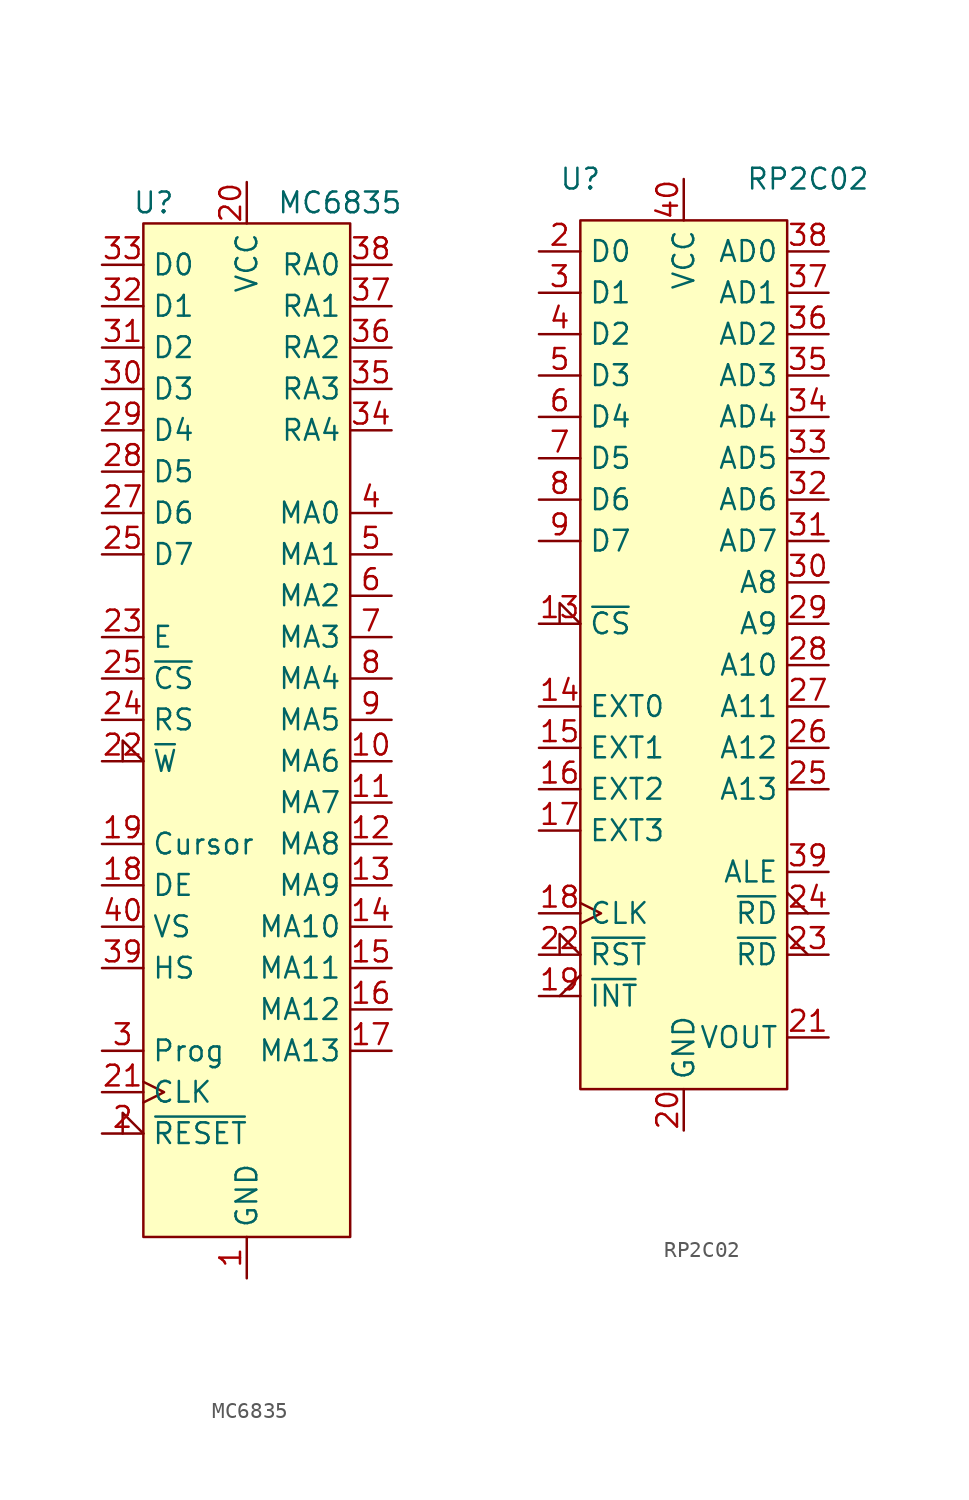
<source format=kicad_sym>
(kicad_symbol_lib
  (version 20211014)
  (generator kicad_symbol_editor)
  (symbol "MC6835"
    (property "Reference" "U"
      (at -5.715 31.75 0)
      (effects (font (size 1.27 1.27))))
    (property "Value" "MC6835"
      (at 5.715 31.75 0)
      (effects (font (size 1.27 1.27))))
    (symbol "MC6835_0_1"
      (rectangle (start -6.35 30.48) (end 6.35 -31.75) (stroke (width 0) (type default) (color 0 0 0 0)) (fill (type background))))
    (symbol "MC6835_1_1"
      (pin power_in line (at 0 -34.29 90) (length 2.54) (name "GND" (effects (font (size 1.27 1.27)))) (number "1" (effects (font (size 1.27 1.27)))))
      (pin output line (at 8.89 -2.54 180) (length 2.54) (name "MA6" (effects (font (size 1.27 1.27)))) (number "10" (effects (font (size 1.27 1.27)))))
      (pin output line (at 8.89 -5.08 180) (length 2.54) (name "MA7" (effects (font (size 1.27 1.27)))) (number "11" (effects (font (size 1.27 1.27)))))
      (pin output line (at 8.89 -7.62 180) (length 2.54) (name "MA8" (effects (font (size 1.27 1.27)))) (number "12" (effects (font (size 1.27 1.27)))))
      (pin output line (at 8.89 -10.16 180) (length 2.54) (name "MA9" (effects (font (size 1.27 1.27)))) (number "13" (effects (font (size 1.27 1.27)))))
      (pin output line (at 8.89 -12.7 180) (length 2.54) (name "MA10" (effects (font (size 1.27 1.27)))) (number "14" (effects (font (size 1.27 1.27)))))
      (pin output line (at 8.89 -15.24 180) (length 2.54) (name "MA11" (effects (font (size 1.27 1.27)))) (number "15" (effects (font (size 1.27 1.27)))))
      (pin output line (at 8.89 -17.78 180) (length 2.54) (name "MA12" (effects (font (size 1.27 1.27)))) (number "16" (effects (font (size 1.27 1.27)))))
      (pin output line (at 8.89 -20.32 180) (length 2.54) (name "MA13" (effects (font (size 1.27 1.27)))) (number "17" (effects (font (size 1.27 1.27)))))
      (pin output line (at -8.89 -10.16 0) (length 2.54) (name "DE" (effects (font (size 1.27 1.27)))) (number "18" (effects (font (size 1.27 1.27)))))
      (pin output line (at -8.89 -7.62 0) (length 2.54) (name "Cursor" (effects (font (size 1.27 1.27)))) (number "19" (effects (font (size 1.27 1.27)))))
      (pin input input_low (at -8.89 -25.4 0) (length 2.54) (name "~{RESET}" (effects (font (size 1.27 1.27)))) (number "2" (effects (font (size 1.27 1.27)))))
      (pin power_in line (at 0 33.02 270) (length 2.54) (name "VCC" (effects (font (size 1.27 1.27)))) (number "20" (effects (font (size 1.27 1.27)))))
      (pin input clock (at -8.89 -22.86 0) (length 2.54) (name "CLK" (effects (font (size 1.27 1.27)))) (number "21" (effects (font (size 1.27 1.27)))))
      (pin input input_low (at -8.89 -2.54 0) (length 2.54) (name "~{W}" (effects (font (size 1.27 1.27)))) (number "22" (effects (font (size 1.27 1.27)))))
      (pin input line (at -8.89 5.08 0) (length 2.54) (name "E" (effects (font (size 1.27 1.27)))) (number "23" (effects (font (size 1.27 1.27)))))
      (pin input line (at -8.89 0 0) (length 2.54) (name "RS" (effects (font (size 1.27 1.27)))) (number "24" (effects (font (size 1.27 1.27)))))
      (pin bidirectional line (at -8.89 10.16 0) (length 2.54) (name "D7" (effects (font (size 1.27 1.27)))) (number "25" (effects (font (size 1.27 1.27)))))
      (pin input line (at -8.89 2.54 0) (length 2.54) (name "~{CS}" (effects (font (size 1.27 1.27)))) (number "25" (effects (font (size 1.27 1.27)))))
      (pin bidirectional line (at -8.89 12.7 0) (length 2.54) (name "D6" (effects (font (size 1.27 1.27)))) (number "27" (effects (font (size 1.27 1.27)))))
      (pin bidirectional line (at -8.89 15.24 0) (length 2.54) (name "D5" (effects (font (size 1.27 1.27)))) (number "28" (effects (font (size 1.27 1.27)))))
      (pin bidirectional line (at -8.89 17.78 0) (length 2.54) (name "D4" (effects (font (size 1.27 1.27)))) (number "29" (effects (font (size 1.27 1.27)))))
      (pin input line (at -8.89 -20.32 0) (length 2.54) (name "Prog" (effects (font (size 1.27 1.27)))) (number "3" (effects (font (size 1.27 1.27)))))
      (pin bidirectional line (at -8.89 20.32 0) (length 2.54) (name "D3" (effects (font (size 1.27 1.27)))) (number "30" (effects (font (size 1.27 1.27)))))
      (pin bidirectional line (at -8.89 22.86 0) (length 2.54) (name "D2" (effects (font (size 1.27 1.27)))) (number "31" (effects (font (size 1.27 1.27)))))
      (pin bidirectional line (at -8.89 25.4 0) (length 2.54) (name "D1" (effects (font (size 1.27 1.27)))) (number "32" (effects (font (size 1.27 1.27)))))
      (pin bidirectional line (at -8.89 27.94 0) (length 2.54) (name "D0" (effects (font (size 1.27 1.27)))) (number "33" (effects (font (size 1.27 1.27)))))
      (pin output line (at 8.89 17.78 180) (length 2.54) (name "RA4" (effects (font (size 1.27 1.27)))) (number "34" (effects (font (size 1.27 1.27)))))
      (pin output line (at 8.89 20.32 180) (length 2.54) (name "RA3" (effects (font (size 1.27 1.27)))) (number "35" (effects (font (size 1.27 1.27)))))
      (pin output line (at 8.89 22.86 180) (length 2.54) (name "RA2" (effects (font (size 1.27 1.27)))) (number "36" (effects (font (size 1.27 1.27)))))
      (pin output line (at 8.89 25.4 180) (length 2.54) (name "RA1" (effects (font (size 1.27 1.27)))) (number "37" (effects (font (size 1.27 1.27)))))
      (pin output line (at 8.89 27.94 180) (length 2.54) (name "RA0" (effects (font (size 1.27 1.27)))) (number "38" (effects (font (size 1.27 1.27)))))
      (pin output line (at -8.89 -15.24 0) (length 2.54) (name "HS" (effects (font (size 1.27 1.27)))) (number "39" (effects (font (size 1.27 1.27)))))
      (pin output line (at 8.89 12.7 180) (length 2.54) (name "MA0" (effects (font (size 1.27 1.27)))) (number "4" (effects (font (size 1.27 1.27)))))
      (pin output line (at -8.89 -12.7 0) (length 2.54) (name "VS" (effects (font (size 1.27 1.27)))) (number "40" (effects (font (size 1.27 1.27)))))
      (pin output line (at 8.89 10.16 180) (length 2.54) (name "MA1" (effects (font (size 1.27 1.27)))) (number "5" (effects (font (size 1.27 1.27)))))
      (pin output line (at 8.89 7.62 180) (length 2.54) (name "MA2" (effects (font (size 1.27 1.27)))) (number "6" (effects (font (size 1.27 1.27)))))
      (pin output line (at 8.89 5.08 180) (length 2.54) (name "MA3" (effects (font (size 1.27 1.27)))) (number "7" (effects (font (size 1.27 1.27)))))
      (pin output line (at 8.89 2.54 180) (length 2.54) (name "MA4" (effects (font (size 1.27 1.27)))) (number "8" (effects (font (size 1.27 1.27)))))
      (pin output line (at 8.89 0 180) (length 2.54) (name "MA5" (effects (font (size 1.27 1.27)))) (number "9" (effects (font (size 1.27 1.27)))))))
  (symbol "RP2C02"
    (property "Reference" "U"
      (at -6.35 26.67 0)
      (effects (font (size 1.27 1.27))))
    (property "Value" "RP2C02"
      (at 7.62 26.67 0)
      (effects (font (size 1.27 1.27))))
    (symbol "RP2C02_0_1"
      (rectangle (start -6.35 24.13) (end 6.35 -29.21) (stroke (width 0) (type default) (color 0 0 0 0)) (fill (type background))))
    (symbol "RP2C02_1_1"
      (pin input input_low (at -8.89 -0.635 0) (length 2.54) (name "~{CS}" (effects (font (size 1.27 1.27)))) (number "13" (effects (font (size 1.27 1.27)))))
      (pin bidirectional line (at -8.89 -5.715 0) (length 2.54) (name "EXT0" (effects (font (size 1.27 1.27)))) (number "14" (effects (font (size 1.27 1.27)))))
      (pin bidirectional line (at -8.89 -8.255 0) (length 2.54) (name "EXT1" (effects (font (size 1.27 1.27)))) (number "15" (effects (font (size 1.27 1.27)))))
      (pin bidirectional line (at -8.89 -10.795 0) (length 2.54) (name "EXT2" (effects (font (size 1.27 1.27)))) (number "16" (effects (font (size 1.27 1.27)))))
      (pin bidirectional line (at -8.89 -13.335 0) (length 2.54) (name "EXT3" (effects (font (size 1.27 1.27)))) (number "17" (effects (font (size 1.27 1.27)))))
      (pin input clock (at -8.89 -18.415 0) (length 2.54) (name "CLK" (effects (font (size 1.27 1.27)))) (number "18" (effects (font (size 1.27 1.27)))))
      (pin open_collector output_low (at -8.89 -23.495 0) (length 2.54) (name "~{INT}" (effects (font (size 1.27 1.27)))) (number "19" (effects (font (size 1.27 1.27)))))
      (pin bidirectional line (at -8.89 22.225 0) (length 2.54) (name "D0" (effects (font (size 1.27 1.27)))) (number "2" (effects (font (size 1.27 1.27)))))
      (pin power_in line (at 0 -31.75 90) (length 2.54) (name "GND" (effects (font (size 1.27 1.27)))) (number "20" (effects (font (size 1.27 1.27)))))
      (pin output line (at 8.89 -26.035 180) (length 2.54) (name "VOUT" (effects (font (size 1.27 1.27)))) (number "21" (effects (font (size 1.27 1.27)))))
      (pin input input_low (at -8.89 -20.955 0) (length 2.54) (name "~{RST}" (effects (font (size 1.27 1.27)))) (number "22" (effects (font (size 1.27 1.27)))))
      (pin output output_low (at 8.89 -20.955 180) (length 2.54) (name "~{RD}" (effects (font (size 1.27 1.27)))) (number "23" (effects (font (size 1.27 1.27)))))
      (pin output output_low (at 8.89 -18.415 180) (length 2.54) (name "~{RD}" (effects (font (size 1.27 1.27)))) (number "24" (effects (font (size 1.27 1.27)))))
      (pin output line (at 8.89 -10.795 180) (length 2.54) (name "A13" (effects (font (size 1.27 1.27)))) (number "25" (effects (font (size 1.27 1.27)))))
      (pin output line (at 8.89 -8.255 180) (length 2.54) (name "A12" (effects (font (size 1.27 1.27)))) (number "26" (effects (font (size 1.27 1.27)))))
      (pin output line (at 8.89 -5.715 180) (length 2.54) (name "A11" (effects (font (size 1.27 1.27)))) (number "27" (effects (font (size 1.27 1.27)))))
      (pin output line (at 8.89 -3.175 180) (length 2.54) (name "A10" (effects (font (size 1.27 1.27)))) (number "28" (effects (font (size 1.27 1.27)))))
      (pin output line (at 8.89 -0.635 180) (length 2.54) (name "A9" (effects (font (size 1.27 1.27)))) (number "29" (effects (font (size 1.27 1.27)))))
      (pin bidirectional line (at -8.89 19.685 0) (length 2.54) (name "D1" (effects (font (size 1.27 1.27)))) (number "3" (effects (font (size 1.27 1.27)))))
      (pin output line (at 8.89 1.905 180) (length 2.54) (name "A8" (effects (font (size 1.27 1.27)))) (number "30" (effects (font (size 1.27 1.27)))))
      (pin bidirectional line (at 8.89 4.445 180) (length 2.54) (name "AD7" (effects (font (size 1.27 1.27)))) (number "31" (effects (font (size 1.27 1.27)))))
      (pin bidirectional line (at 8.89 6.985 180) (length 2.54) (name "AD6" (effects (font (size 1.27 1.27)))) (number "32" (effects (font (size 1.27 1.27)))))
      (pin bidirectional line (at 8.89 9.525 180) (length 2.54) (name "AD5" (effects (font (size 1.27 1.27)))) (number "33" (effects (font (size 1.27 1.27)))))
      (pin bidirectional line (at 8.89 12.065 180) (length 2.54) (name "AD4" (effects (font (size 1.27 1.27)))) (number "34" (effects (font (size 1.27 1.27)))))
      (pin bidirectional line (at 8.89 14.605 180) (length 2.54) (name "AD3" (effects (font (size 1.27 1.27)))) (number "35" (effects (font (size 1.27 1.27)))))
      (pin bidirectional line (at 8.89 17.145 180) (length 2.54) (name "AD2" (effects (font (size 1.27 1.27)))) (number "36" (effects (font (size 1.27 1.27)))))
      (pin bidirectional line (at 8.89 19.685 180) (length 2.54) (name "AD1" (effects (font (size 1.27 1.27)))) (number "37" (effects (font (size 1.27 1.27)))))
      (pin bidirectional line (at 8.89 22.225 180) (length 2.54) (name "AD0" (effects (font (size 1.27 1.27)))) (number "38" (effects (font (size 1.27 1.27)))))
      (pin output line (at 8.89 -15.875 180) (length 2.54) (name "ALE" (effects (font (size 1.27 1.27)))) (number "39" (effects (font (size 1.27 1.27)))))
      (pin bidirectional line (at -8.89 17.145 0) (length 2.54) (name "D2" (effects (font (size 1.27 1.27)))) (number "4" (effects (font (size 1.27 1.27)))))
      (pin power_in line (at 0 26.67 270) (length 2.54) (name "VCC" (effects (font (size 1.27 1.27)))) (number "40" (effects (font (size 1.27 1.27)))))
      (pin bidirectional line (at -8.89 14.605 0) (length 2.54) (name "D3" (effects (font (size 1.27 1.27)))) (number "5" (effects (font (size 1.27 1.27)))))
      (pin bidirectional line (at -8.89 12.065 0) (length 2.54) (name "D4" (effects (font (size 1.27 1.27)))) (number "6" (effects (font (size 1.27 1.27)))))
      (pin bidirectional line (at -8.89 9.525 0) (length 2.54) (name "D5" (effects (font (size 1.27 1.27)))) (number "7" (effects (font (size 1.27 1.27)))))
      (pin bidirectional line (at -8.89 6.985 0) (length 2.54) (name "D6" (effects (font (size 1.27 1.27)))) (number "8" (effects (font (size 1.27 1.27)))))
      (pin bidirectional line (at -8.89 4.445 0) (length 2.54) (name "D7" (effects (font (size 1.27 1.27)))) (number "9" (effects (font (size 1.27 1.27))))))))
</source>
